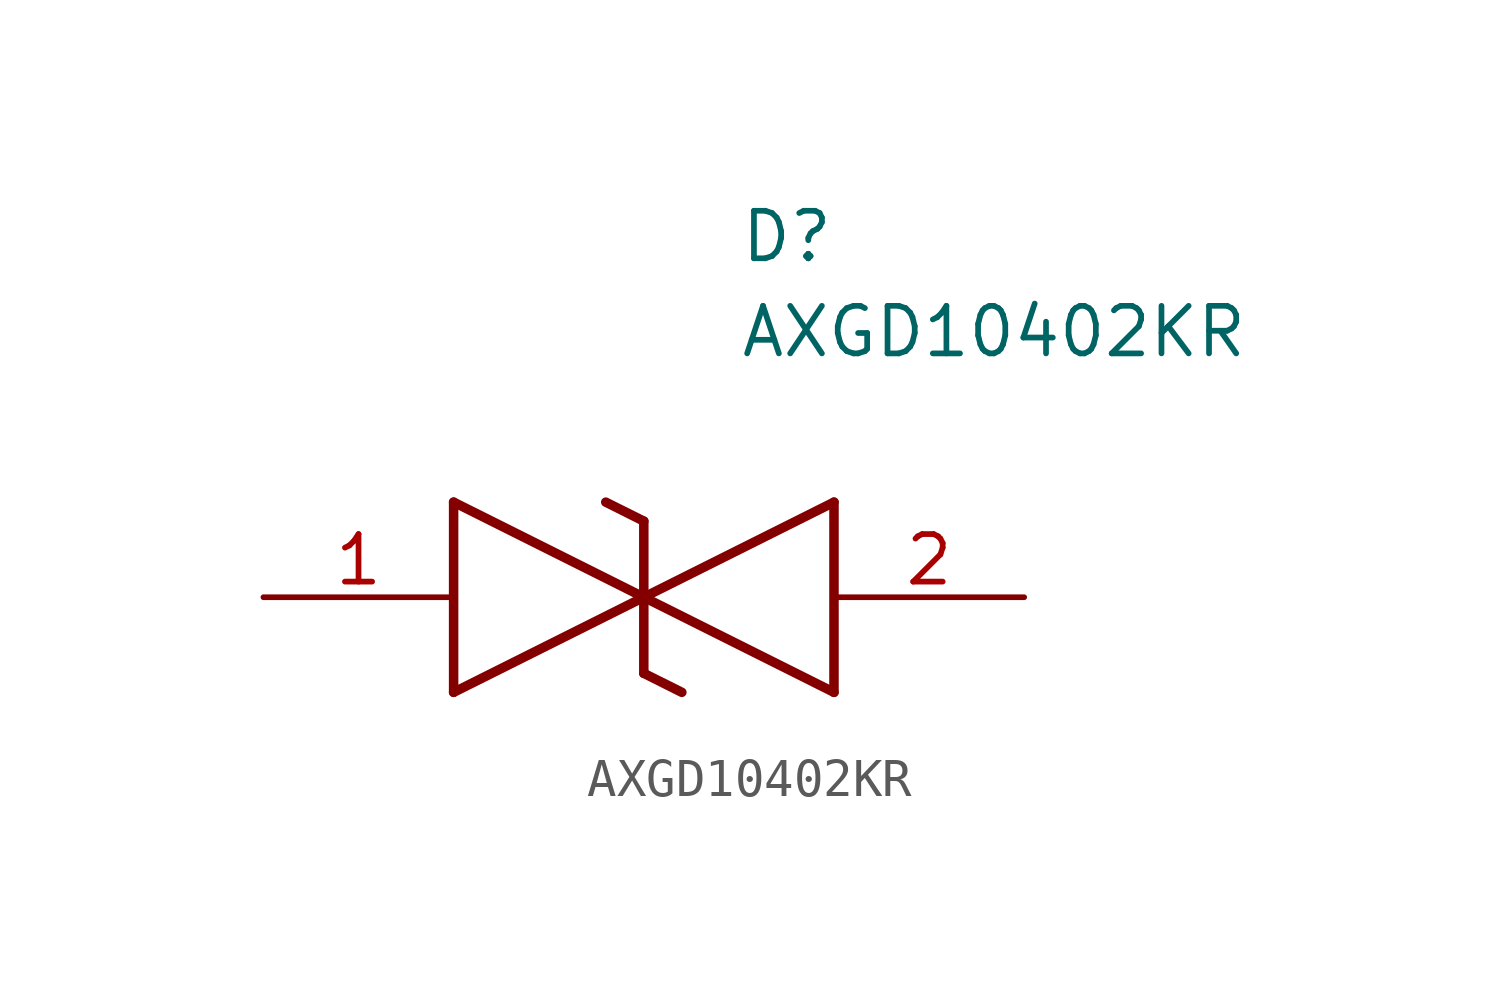
<source format=kicad_sym>
(kicad_symbol_lib
  (version 20231120)
  (generator "kicad_symbol_editor")
  (generator_version "8.0")
  (symbol "AXGD10402KR"
    (pin_names hide)
    (property "Reference" "D"
      (at 12.7 8.89 0)
      (effects (font (size 1.27 1.27)) (justify left bottom)))
    (property "Value" "AXGD10402KR"
      (at 12.7 6.35 0)
      (effects (font (size 1.27 1.27)) (justify left bottom)))
    (symbol "AXGD10402KR_1_1"
      (polyline (pts (xy 5.08 2.54) (xy 5.08 -2.54)) (stroke (width 0.254) (type default)) (fill (type none)))
      (polyline (pts (xy 5.08 2.54) (xy 10.16 0)) (stroke (width 0.254) (type default)) (fill (type none)))
      (polyline (pts (xy 9.144 2.54) (xy 10.16 2.032)) (stroke (width 0.254) (type default)) (fill (type none)))
      (polyline (pts (xy 10.16 -2.032) (xy 10.16 2.032)) (stroke (width 0.254) (type default)) (fill (type none)))
      (polyline (pts (xy 10.16 -2.032) (xy 11.176 -2.54)) (stroke (width 0.254) (type default)) (fill (type none)))
      (polyline (pts (xy 10.16 0) (xy 5.08 -2.54)) (stroke (width 0.254) (type default)) (fill (type none)))
      (polyline (pts (xy 10.16 0) (xy 15.24 -2.54)) (stroke (width 0.254) (type default)) (fill (type none)))
      (polyline (pts (xy 15.24 2.54) (xy 10.16 0)) (stroke (width 0.254) (type default)) (fill (type none)))
      (polyline (pts (xy 15.24 2.54) (xy 15.24 -2.54)) (stroke (width 0.254) (type default)) (fill (type none)))
      (pin passive line (at 0 0 0) (length 5.08) (name "1" (effects (font (size 1.27 1.27)))) (number "1" (effects (font (size 1.27 1.27)))))
      (pin passive line (at 20.32 0 180) (length 5.08) (name "2" (effects (font (size 1.27 1.27)))) (number "2" (effects (font (size 1.27 1.27))))))))
</source>
